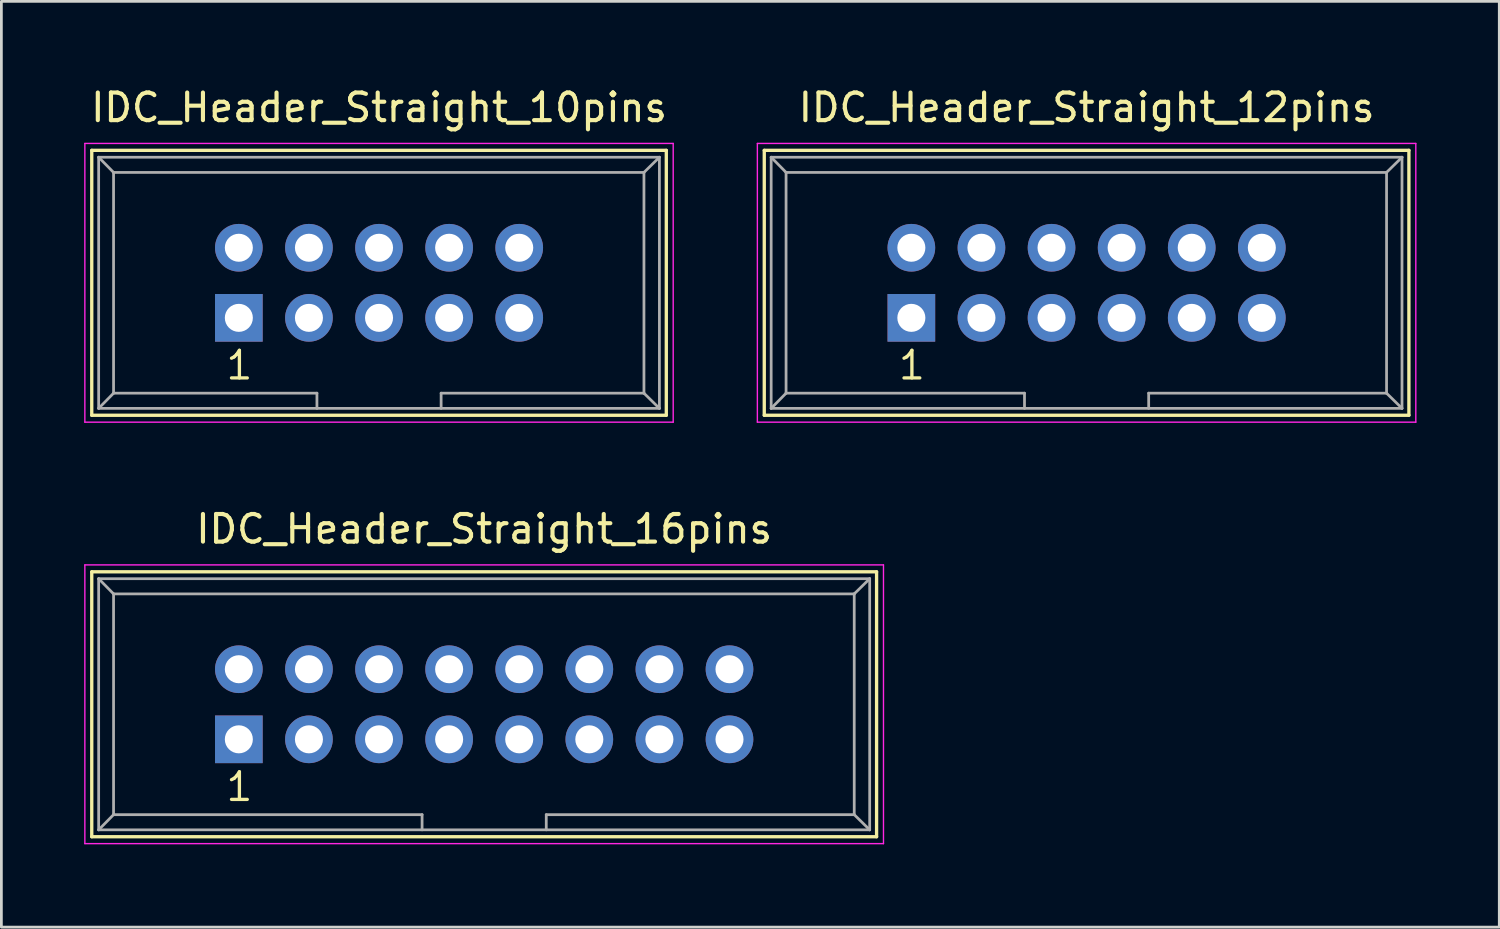
<source format=kicad_pcb>
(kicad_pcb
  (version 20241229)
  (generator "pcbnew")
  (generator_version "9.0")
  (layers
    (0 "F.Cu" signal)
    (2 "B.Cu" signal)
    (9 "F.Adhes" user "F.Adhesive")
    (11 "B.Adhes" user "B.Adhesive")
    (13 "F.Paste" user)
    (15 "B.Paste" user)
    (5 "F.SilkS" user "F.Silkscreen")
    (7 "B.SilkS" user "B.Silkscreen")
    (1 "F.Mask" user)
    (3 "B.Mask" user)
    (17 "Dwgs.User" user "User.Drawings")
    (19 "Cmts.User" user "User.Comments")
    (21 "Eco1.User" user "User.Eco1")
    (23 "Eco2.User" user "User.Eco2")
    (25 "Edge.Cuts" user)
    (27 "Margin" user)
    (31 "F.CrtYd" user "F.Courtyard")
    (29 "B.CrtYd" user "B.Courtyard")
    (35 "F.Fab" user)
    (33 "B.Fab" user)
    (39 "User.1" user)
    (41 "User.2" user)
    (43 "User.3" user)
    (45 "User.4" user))
  (footprint "IDC_Header_Straight_16pins"
    (layer "F.Cu")
    (at 5.605 23.741)
    (property "Reference" "IDC_Header_Straight_16pins" (at 8.89 -7.62 0) (layer "F.SilkS") (effects (font (size 1 1) (thickness 0.15))))
    (attr through_hole)
    (fp_line (start -5.33 -6.07) (end 23.11 -6.07) (stroke (width 0.12) (type solid)) (layer "F.SilkS"))
    (fp_line (start -5.33 3.53) (end -5.33 -6.07) (stroke (width 0.12) (type solid)) (layer "F.SilkS"))
    (fp_line (start 23.11 -6.07) (end 23.11 3.53) (stroke (width 0.12) (type solid)) (layer "F.SilkS"))
    (fp_line (start 23.11 3.53) (end -5.33 3.53) (stroke (width 0.12) (type solid)) (layer "F.SilkS"))
    (fp_line (start -5.58 -6.32) (end 23.36 -6.32) (stroke (width 0.05) (type solid)) (layer "F.CrtYd"))
    (fp_line (start -5.58 3.78) (end -5.58 -6.32) (stroke (width 0.05) (type solid)) (layer "F.CrtYd"))
    (fp_line (start 23.36 -6.32) (end 23.36 3.78) (stroke (width 0.05) (type solid)) (layer "F.CrtYd"))
    (fp_line (start 23.36 3.78) (end -5.58 3.78) (stroke (width 0.05) (type solid)) (layer "F.CrtYd"))
    (fp_line (start -5.08 -5.82) (end -5.08 3.28) (stroke (width 0.1) (type solid)) (layer "F.Fab"))
    (fp_line (start -5.08 -5.82) (end -4.54 -5.27) (stroke (width 0.1) (type solid)) (layer "F.Fab"))
    (fp_line (start -5.08 -5.82) (end 22.86 -5.82) (stroke (width 0.1) (type solid)) (layer "F.Fab"))
    (fp_line (start -5.08 3.28) (end -4.54 2.73) (stroke (width 0.1) (type solid)) (layer "F.Fab"))
    (fp_line (start -5.08 3.28) (end 22.86 3.28) (stroke (width 0.1) (type solid)) (layer "F.Fab"))
    (fp_line (start -4.54 -5.27) (end -4.54 2.73) (stroke (width 0.1) (type solid)) (layer "F.Fab"))
    (fp_line (start -4.54 -5.27) (end 22.3 -5.27) (stroke (width 0.1) (type solid)) (layer "F.Fab"))
    (fp_line (start -4.54 2.73) (end 6.64 2.73) (stroke (width 0.1) (type solid)) (layer "F.Fab"))
    (fp_line (start 6.64 2.73) (end 6.64 3.28) (stroke (width 0.1) (type solid)) (layer "F.Fab"))
    (fp_line (start 11.14 2.73) (end 11.14 3.28) (stroke (width 0.1) (type solid)) (layer "F.Fab"))
    (fp_line (start 11.14 2.73) (end 22.3 2.73) (stroke (width 0.1) (type solid)) (layer "F.Fab"))
    (fp_line (start 22.3 -5.27) (end 22.3 2.73) (stroke (width 0.1) (type solid)) (layer "F.Fab"))
    (fp_line (start 22.86 -5.82) (end 22.3 -5.27) (stroke (width 0.1) (type solid)) (layer "F.Fab"))
    (fp_line (start 22.86 -5.82) (end 22.86 3.28) (stroke (width 0.1) (type solid)) (layer "F.Fab"))
    (fp_line (start 22.86 3.28) (end 22.3 2.73) (stroke (width 0.1) (type solid)) (layer "F.Fab"))
    (fp_text user "1" (at 0.02 1.72 0) (layer "F.SilkS") (effects (font (size 1 1) (thickness 0.12))))
    (pad "1" thru_hole rect (at 0 0) (size 1.727 1.727) (drill 1.016) (layers "*.Cu" "*.Mask"))
    (pad "2" thru_hole oval (at 0 -2.54) (size 1.727 1.727) (drill 1.016) (layers "*.Cu" "*.Mask"))
    (pad "3" thru_hole oval (at 2.54 0) (size 1.727 1.727) (drill 1.016) (layers "*.Cu" "*.Mask"))
    (pad "4" thru_hole oval (at 2.54 -2.54) (size 1.727 1.727) (drill 1.016) (layers "*.Cu" "*.Mask"))
    (pad "5" thru_hole oval (at 5.08 0) (size 1.727 1.727) (drill 1.016) (layers "*.Cu" "*.Mask"))
    (pad "6" thru_hole oval (at 5.08 -2.54) (size 1.727 1.727) (drill 1.016) (layers "*.Cu" "*.Mask"))
    (pad "7" thru_hole oval (at 7.62 0) (size 1.727 1.727) (drill 1.016) (layers "*.Cu" "*.Mask"))
    (pad "8" thru_hole oval (at 7.62 -2.54) (size 1.727 1.727) (drill 1.016) (layers "*.Cu" "*.Mask"))
    (pad "9" thru_hole oval (at 10.16 0) (size 1.727 1.727) (drill 1.016) (layers "*.Cu" "*.Mask"))
    (pad "10" thru_hole oval (at 10.16 -2.54) (size 1.727 1.727) (drill 1.016) (layers "*.Cu" "*.Mask"))
    (pad "11" thru_hole oval (at 12.7 0) (size 1.727 1.727) (drill 1.016) (layers "*.Cu" "*.Mask"))
    (pad "12" thru_hole oval (at 12.7 -2.54) (size 1.727 1.727) (drill 1.016) (layers "*.Cu" "*.Mask"))
    (pad "13" thru_hole oval (at 15.24 0) (size 1.727 1.727) (drill 1.016) (layers "*.Cu" "*.Mask"))
    (pad "14" thru_hole oval (at 15.24 -2.54) (size 1.727 1.727) (drill 1.016) (layers "*.Cu" "*.Mask"))
    (pad "15" thru_hole oval (at 17.78 0) (size 1.727 1.727) (drill 1.016) (layers "*.Cu" "*.Mask"))
    (pad "16" thru_hole oval (at 17.78 -2.54) (size 1.727 1.727) (drill 1.016) (layers "*.Cu" "*.Mask")))
  (footprint "IDC_Header_Straight_10pins"
    (layer "F.Cu")
    (at 5.605 8.468)
    (property "Reference" "IDC_Header_Straight_10pins" (at 5.08 -7.62 0) (layer "F.SilkS") (effects (font (size 1 1) (thickness 0.15))))
    (attr through_hole)
    (fp_line (start -5.33 -6.07) (end 15.49 -6.07) (stroke (width 0.12) (type solid)) (layer "F.SilkS"))
    (fp_line (start -5.33 3.53) (end -5.33 -6.07) (stroke (width 0.12) (type solid)) (layer "F.SilkS"))
    (fp_line (start 15.49 -6.07) (end 15.49 3.53) (stroke (width 0.12) (type solid)) (layer "F.SilkS"))
    (fp_line (start 15.49 3.53) (end -5.33 3.53) (stroke (width 0.12) (type solid)) (layer "F.SilkS"))
    (fp_line (start -5.58 -6.32) (end 15.74 -6.32) (stroke (width 0.05) (type solid)) (layer "F.CrtYd"))
    (fp_line (start -5.58 3.78) (end -5.58 -6.32) (stroke (width 0.05) (type solid)) (layer "F.CrtYd"))
    (fp_line (start 15.74 -6.32) (end 15.74 3.78) (stroke (width 0.05) (type solid)) (layer "F.CrtYd"))
    (fp_line (start 15.74 3.78) (end -5.58 3.78) (stroke (width 0.05) (type solid)) (layer "F.CrtYd"))
    (fp_line (start -5.08 -5.82) (end -5.08 3.28) (stroke (width 0.1) (type solid)) (layer "F.Fab"))
    (fp_line (start -5.08 -5.82) (end -4.54 -5.27) (stroke (width 0.1) (type solid)) (layer "F.Fab"))
    (fp_line (start -5.08 -5.82) (end 15.24 -5.82) (stroke (width 0.1) (type solid)) (layer "F.Fab"))
    (fp_line (start -5.08 3.28) (end -4.54 2.73) (stroke (width 0.1) (type solid)) (layer "F.Fab"))
    (fp_line (start -5.08 3.28) (end 15.24 3.28) (stroke (width 0.1) (type solid)) (layer "F.Fab"))
    (fp_line (start -4.54 -5.27) (end -4.54 2.73) (stroke (width 0.1) (type solid)) (layer "F.Fab"))
    (fp_line (start -4.54 -5.27) (end 14.68 -5.27) (stroke (width 0.1) (type solid)) (layer "F.Fab"))
    (fp_line (start -4.54 2.73) (end 2.83 2.73) (stroke (width 0.1) (type solid)) (layer "F.Fab"))
    (fp_line (start 2.83 2.73) (end 2.83 3.28) (stroke (width 0.1) (type solid)) (layer "F.Fab"))
    (fp_line (start 7.33 2.73) (end 7.33 3.28) (stroke (width 0.1) (type solid)) (layer "F.Fab"))
    (fp_line (start 7.33 2.73) (end 14.68 2.73) (stroke (width 0.1) (type solid)) (layer "F.Fab"))
    (fp_line (start 14.68 -5.27) (end 14.68 2.73) (stroke (width 0.1) (type solid)) (layer "F.Fab"))
    (fp_line (start 15.24 -5.82) (end 14.68 -5.27) (stroke (width 0.1) (type solid)) (layer "F.Fab"))
    (fp_line (start 15.24 -5.82) (end 15.24 3.28) (stroke (width 0.1) (type solid)) (layer "F.Fab"))
    (fp_line (start 15.24 3.28) (end 14.68 2.73) (stroke (width 0.1) (type solid)) (layer "F.Fab"))
    (fp_text user "1" (at 0.02 1.72 0) (layer "F.SilkS") (effects (font (size 1 1) (thickness 0.12))))
    (pad "1" thru_hole rect (at 0 0) (size 1.727 1.727) (drill 1.016) (layers "*.Cu" "*.Mask"))
    (pad "2" thru_hole oval (at 0 -2.54) (size 1.727 1.727) (drill 1.016) (layers "*.Cu" "*.Mask"))
    (pad "3" thru_hole oval (at 2.54 0) (size 1.727 1.727) (drill 1.016) (layers "*.Cu" "*.Mask"))
    (pad "4" thru_hole oval (at 2.54 -2.54) (size 1.727 1.727) (drill 1.016) (layers "*.Cu" "*.Mask"))
    (pad "5" thru_hole oval (at 5.08 0) (size 1.727 1.727) (drill 1.016) (layers "*.Cu" "*.Mask"))
    (pad "6" thru_hole oval (at 5.08 -2.54) (size 1.727 1.727) (drill 1.016) (layers "*.Cu" "*.Mask"))
    (pad "7" thru_hole oval (at 7.62 0) (size 1.727 1.727) (drill 1.016) (layers "*.Cu" "*.Mask"))
    (pad "8" thru_hole oval (at 7.62 -2.54) (size 1.727 1.727) (drill 1.016) (layers "*.Cu" "*.Mask"))
    (pad "9" thru_hole oval (at 10.16 0) (size 1.727 1.727) (drill 1.016) (layers "*.Cu" "*.Mask"))
    (pad "10" thru_hole oval (at 10.16 -2.54) (size 1.727 1.727) (drill 1.016) (layers "*.Cu" "*.Mask")))
  (footprint "IDC_Header_Straight_12pins"
    (layer "F.Cu")
    (at 29.975 8.468)
    (property "Reference" "IDC_Header_Straight_12pins" (at 6.35 -7.62 0) (layer "F.SilkS") (effects (font (size 1 1) (thickness 0.15))))
    (attr through_hole)
    (fp_line (start -5.33 -6.07) (end 18.03 -6.07) (stroke (width 0.12) (type solid)) (layer "F.SilkS"))
    (fp_line (start -5.33 3.53) (end -5.33 -6.07) (stroke (width 0.12) (type solid)) (layer "F.SilkS"))
    (fp_line (start 18.03 -6.07) (end 18.03 3.53) (stroke (width 0.12) (type solid)) (layer "F.SilkS"))
    (fp_line (start 18.03 3.53) (end -5.33 3.53) (stroke (width 0.12) (type solid)) (layer "F.SilkS"))
    (fp_line (start -5.58 -6.32) (end 18.28 -6.32) (stroke (width 0.05) (type solid)) (layer "F.CrtYd"))
    (fp_line (start -5.58 3.78) (end -5.58 -6.32) (stroke (width 0.05) (type solid)) (layer "F.CrtYd"))
    (fp_line (start 18.28 -6.32) (end 18.28 3.78) (stroke (width 0.05) (type solid)) (layer "F.CrtYd"))
    (fp_line (start 18.28 3.78) (end -5.58 3.78) (stroke (width 0.05) (type solid)) (layer "F.CrtYd"))
    (fp_line (start -5.08 -5.82) (end -5.08 3.28) (stroke (width 0.1) (type solid)) (layer "F.Fab"))
    (fp_line (start -5.08 -5.82) (end -4.54 -5.27) (stroke (width 0.1) (type solid)) (layer "F.Fab"))
    (fp_line (start -5.08 -5.82) (end 17.78 -5.82) (stroke (width 0.1) (type solid)) (layer "F.Fab"))
    (fp_line (start -5.08 3.28) (end -4.54 2.73) (stroke (width 0.1) (type solid)) (layer "F.Fab"))
    (fp_line (start -5.08 3.28) (end 17.78 3.28) (stroke (width 0.1) (type solid)) (layer "F.Fab"))
    (fp_line (start -4.54 -5.27) (end -4.54 2.73) (stroke (width 0.1) (type solid)) (layer "F.Fab"))
    (fp_line (start -4.54 -5.27) (end 17.22 -5.27) (stroke (width 0.1) (type solid)) (layer "F.Fab"))
    (fp_line (start -4.54 2.73) (end 4.1 2.73) (stroke (width 0.1) (type solid)) (layer "F.Fab"))
    (fp_line (start 4.1 2.73) (end 4.1 3.28) (stroke (width 0.1) (type solid)) (layer "F.Fab"))
    (fp_line (start 8.6 2.73) (end 8.6 3.28) (stroke (width 0.1) (type solid)) (layer "F.Fab"))
    (fp_line (start 8.6 2.73) (end 17.22 2.73) (stroke (width 0.1) (type solid)) (layer "F.Fab"))
    (fp_line (start 17.22 -5.27) (end 17.22 2.73) (stroke (width 0.1) (type solid)) (layer "F.Fab"))
    (fp_line (start 17.78 -5.82) (end 17.22 -5.27) (stroke (width 0.1) (type solid)) (layer "F.Fab"))
    (fp_line (start 17.78 -5.82) (end 17.78 3.28) (stroke (width 0.1) (type solid)) (layer "F.Fab"))
    (fp_line (start 17.78 3.28) (end 17.22 2.73) (stroke (width 0.1) (type solid)) (layer "F.Fab"))
    (fp_text user "1" (at 0.02 1.72 0) (layer "F.SilkS") (effects (font (size 1 1) (thickness 0.12))))
    (pad "1" thru_hole rect (at 0 0) (size 1.727 1.727) (drill 1.016) (layers "*.Cu" "*.Mask"))
    (pad "2" thru_hole oval (at 0 -2.54) (size 1.727 1.727) (drill 1.016) (layers "*.Cu" "*.Mask"))
    (pad "3" thru_hole oval (at 2.54 0) (size 1.727 1.727) (drill 1.016) (layers "*.Cu" "*.Mask"))
    (pad "4" thru_hole oval (at 2.54 -2.54) (size 1.727 1.727) (drill 1.016) (layers "*.Cu" "*.Mask"))
    (pad "5" thru_hole oval (at 5.08 0) (size 1.727 1.727) (drill 1.016) (layers "*.Cu" "*.Mask"))
    (pad "6" thru_hole oval (at 5.08 -2.54) (size 1.727 1.727) (drill 1.016) (layers "*.Cu" "*.Mask"))
    (pad "7" thru_hole oval (at 7.62 0) (size 1.727 1.727) (drill 1.016) (layers "*.Cu" "*.Mask"))
    (pad "8" thru_hole oval (at 7.62 -2.54) (size 1.727 1.727) (drill 1.016) (layers "*.Cu" "*.Mask"))
    (pad "9" thru_hole oval (at 10.16 0) (size 1.727 1.727) (drill 1.016) (layers "*.Cu" "*.Mask"))
    (pad "10" thru_hole oval (at 10.16 -2.54) (size 1.727 1.727) (drill 1.016) (layers "*.Cu" "*.Mask"))
    (pad "11" thru_hole oval (at 12.7 0) (size 1.727 1.727) (drill 1.016) (layers "*.Cu" "*.Mask"))
    (pad "12" thru_hole oval (at 12.7 -2.54) (size 1.727 1.727) (drill 1.016) (layers "*.Cu" "*.Mask")))
  (gr_rect
    (start -3 -3)
    (end 51.28 30.547)
    (stroke (width 0.1) (type default))
    (fill no)
    (layer "Edge.Cuts")))
</source>
